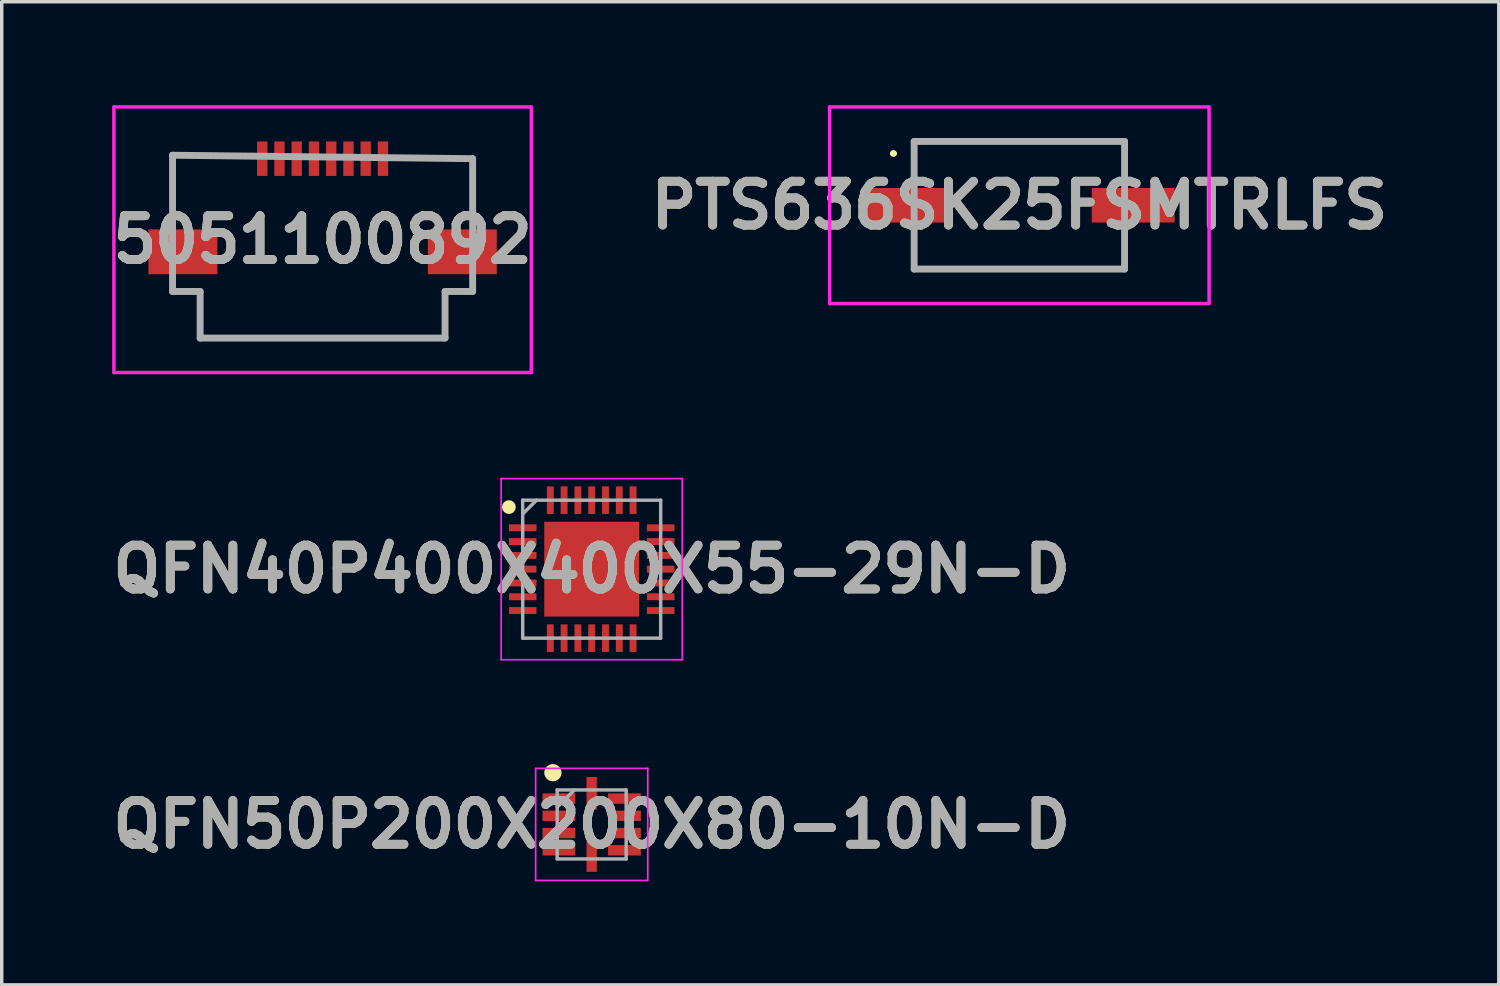
<source format=kicad_pcb>
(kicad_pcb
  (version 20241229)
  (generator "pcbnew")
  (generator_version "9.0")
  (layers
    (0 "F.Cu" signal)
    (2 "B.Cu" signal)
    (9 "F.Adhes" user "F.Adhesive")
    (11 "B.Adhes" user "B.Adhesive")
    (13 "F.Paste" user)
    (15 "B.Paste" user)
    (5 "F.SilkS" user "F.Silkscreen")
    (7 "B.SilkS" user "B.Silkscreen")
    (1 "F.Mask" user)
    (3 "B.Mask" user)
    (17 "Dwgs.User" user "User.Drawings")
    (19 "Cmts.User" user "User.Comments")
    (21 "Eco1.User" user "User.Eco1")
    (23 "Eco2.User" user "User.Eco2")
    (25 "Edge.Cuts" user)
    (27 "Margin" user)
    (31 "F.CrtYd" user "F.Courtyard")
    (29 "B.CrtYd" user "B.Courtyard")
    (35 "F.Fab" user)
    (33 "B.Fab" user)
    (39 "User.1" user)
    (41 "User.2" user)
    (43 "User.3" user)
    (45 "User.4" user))
  (footprint "5051100892"
    (layer "F.Cu")
    (at 6.302 4.1)
    (property "Reference" "5051100892" (at 0 -0.2 0) (layer "F.SilkS") (effects (font (size 1.27 1.27) (thickness 0.254))))
    (attr smd)
    (fp_line (start -4.35 -2.65) (end -4.35 -1.15) (stroke (width 0.1) (type solid)) (layer "F.SilkS"))
    (fp_line (start -4.35 1.3) (end -3.55 1.3) (stroke (width 0.1) (type solid)) (layer "F.SilkS"))
    (fp_line (start -3.55 1.3) (end -3.55 2.65) (stroke (width 0.1) (type solid)) (layer "F.SilkS"))
    (fp_line (start -3.55 2.65) (end 3.55 2.65) (stroke (width 0.1) (type solid)) (layer "F.SilkS"))
    (fp_line (start -2.5 -2.65) (end -4.35 -2.65) (stroke (width 0.1) (type solid)) (layer "F.SilkS"))
    (fp_line (start 2.5 -2.55) (end 4.35 -2.55) (stroke (width 0.1) (type solid)) (layer "F.SilkS"))
    (fp_line (start 3.55 1.3) (end 4.35 1.3) (stroke (width 0.1) (type solid)) (layer "F.SilkS"))
    (fp_line (start 3.55 2.65) (end 3.55 1.3) (stroke (width 0.1) (type solid)) (layer "F.SilkS"))
    (fp_line (start 4.35 -2.55) (end 4.35 -1.15) (stroke (width 0.1) (type solid)) (layer "F.SilkS"))
    (fp_line (start -6.05 -4.05) (end 6.05 -4.05) (stroke (width 0.1) (type solid)) (layer "F.CrtYd"))
    (fp_line (start -6.05 3.65) (end -6.05 -4.05) (stroke (width 0.1) (type solid)) (layer "F.CrtYd"))
    (fp_line (start 6.05 -4.05) (end 6.05 3.65) (stroke (width 0.1) (type solid)) (layer "F.CrtYd"))
    (fp_line (start 6.05 3.65) (end -6.05 3.65) (stroke (width 0.1) (type solid)) (layer "F.CrtYd"))
    (fp_line (start -4.35 -2.65) (end -4.35 1.3) (stroke (width 0.2) (type solid)) (layer "F.Fab"))
    (fp_line (start -4.35 1.3) (end -3.55 1.3) (stroke (width 0.2) (type solid)) (layer "F.Fab"))
    (fp_line (start -3.55 1.3) (end -3.55 2.65) (stroke (width 0.2) (type solid)) (layer "F.Fab"))
    (fp_line (start -3.55 2.65) (end 3.55 2.65) (stroke (width 0.2) (type solid)) (layer "F.Fab"))
    (fp_line (start 3.55 1.3) (end 4.35 1.3) (stroke (width 0.2) (type solid)) (layer "F.Fab"))
    (fp_line (start 3.55 2.65) (end 3.55 1.3) (stroke (width 0.2) (type solid)) (layer "F.Fab"))
    (fp_line (start 4.35 -2.55) (end -4.35 -2.65) (stroke (width 0.2) (type solid)) (layer "F.Fab"))
    (fp_line (start 4.35 1.3) (end 4.35 -2.55) (stroke (width 0.2) (type solid)) (layer "F.Fab"))
    (fp_text user "${REFERENCE}" (at 0 -0.2 0) (layer "F.Fab") (effects (font (size 1.27 1.27) (thickness 0.254))))
    (pad "1" smd rect (at -1.75 -2.55) (size 0.3 1) (layers "F.Cu" "F.Mask" "F.Paste"))
    (pad "2" smd rect (at -1.25 -2.55) (size 0.3 1) (layers "F.Cu" "F.Mask" "F.Paste"))
    (pad "3" smd rect (at -0.75 -2.55) (size 0.3 1) (layers "F.Cu" "F.Mask" "F.Paste"))
    (pad "4" smd rect (at -0.25 -2.55) (size 0.3 1) (layers "F.Cu" "F.Mask" "F.Paste"))
    (pad "5" smd rect (at 0.25 -2.55) (size 0.3 1) (layers "F.Cu" "F.Mask" "F.Paste"))
    (pad "6" smd rect (at 0.75 -2.55) (size 0.3 1) (layers "F.Cu" "F.Mask" "F.Paste"))
    (pad "7" smd rect (at 1.25 -2.55) (size 0.3 1) (layers "F.Cu" "F.Mask" "F.Paste"))
    (pad "8" smd rect (at 1.75 -2.55) (size 0.3 1) (layers "F.Cu" "F.Mask" "F.Paste"))
    (pad "MP1" smd rect (at -4.05 0.15 90) (size 1.3 2) (layers "F.Cu" "F.Mask" "F.Paste"))
    (pad "MP2" smd rect (at 4.05 0.15 90) (size 1.3 2) (layers "F.Cu" "F.Mask" "F.Paste")))
  (footprint "PTS636SK25FSMTRLFS"
    (layer "F.Cu")
    (at 26.501 2.9)
    (property "Reference" "PTS636SK25FSMTRLFS" (at 0 0 0) (layer "F.SilkS") (effects (font (size 1.27 1.27) (thickness 0.254))))
    (attr smd)
    (fp_line (start -3.7 -1.5) (end -3.7 -1.5) (stroke (width 0.1) (type solid)) (layer "F.SilkS"))
    (fp_line (start -3.6 -1.5) (end -3.6 -1.5) (stroke (width 0.1) (type solid)) (layer "F.SilkS"))
    (fp_line (start -3.05 -1.85) (end 3.05 -1.85) (stroke (width 0.1) (type solid)) (layer "F.SilkS"))
    (fp_line (start -3.05 -0.9) (end -3.05 -1.85) (stroke (width 0.1) (type solid)) (layer "F.SilkS"))
    (fp_line (start -3.05 0.9) (end -3.05 1.85) (stroke (width 0.1) (type solid)) (layer "F.SilkS"))
    (fp_line (start -3.05 1.85) (end 3.05 1.85) (stroke (width 0.1) (type solid)) (layer "F.SilkS"))
    (fp_line (start 3.05 -1.85) (end 3.05 -0.9) (stroke (width 0.1) (type solid)) (layer "F.SilkS"))
    (fp_line (start 3.05 1.85) (end 3.05 0.9) (stroke (width 0.1) (type solid)) (layer "F.SilkS"))
    (fp_arc (start -3.7 -1.5) (mid -3.65 -1.55) (end -3.6 -1.5) (stroke (width 0.1) (type solid)) (layer "F.SilkS"))
    (fp_arc (start -3.6 -1.5) (mid -3.65 -1.45) (end -3.7 -1.5) (stroke (width 0.1) (type solid)) (layer "F.SilkS"))
    (fp_line (start -5.5 -2.85) (end 5.5 -2.85) (stroke (width 0.1) (type solid)) (layer "F.CrtYd"))
    (fp_line (start -5.5 2.85) (end -5.5 -2.85) (stroke (width 0.1) (type solid)) (layer "F.CrtYd"))
    (fp_line (start 5.5 -2.85) (end 5.5 2.85) (stroke (width 0.1) (type solid)) (layer "F.CrtYd"))
    (fp_line (start 5.5 2.85) (end -5.5 2.85) (stroke (width 0.1) (type solid)) (layer "F.CrtYd"))
    (fp_line (start -3.05 -1.85) (end 3.05 -1.85) (stroke (width 0.2) (type solid)) (layer "F.Fab"))
    (fp_line (start -3.05 1.85) (end -3.05 -1.85) (stroke (width 0.2) (type solid)) (layer "F.Fab"))
    (fp_line (start 3.05 -1.85) (end 3.05 1.85) (stroke (width 0.2) (type solid)) (layer "F.Fab"))
    (fp_line (start 3.05 1.85) (end -3.05 1.85) (stroke (width 0.2) (type solid)) (layer "F.Fab"))
    (fp_text user "${REFERENCE}" (at 0 0 0) (layer "F.Fab") (effects (font (size 1.27 1.27) (thickness 0.254))))
    (pad "1" smd rect (at -3.3 0 90) (size 1 2.4) (layers "F.Cu" "F.Mask" "F.Paste"))
    (pad "2" smd rect (at 3.3 0 90) (size 1 2.4) (layers "F.Cu" "F.Mask" "F.Paste")))
  (footprint "QFN50P200X200X80-10N-D"
    (layer "F.Cu")
    (at 14.103 20.85)
    (property "Reference" "QFN50P200X200X80-10N-D" (at 0 0 0) (layer "F.SilkS") (effects (font (size 1.27 1.27) (thickness 0.254))))
    (attr smd)
    (fp_circle (center -1.125 -1.5) (end -1.125 -1.375) (stroke (width 0.25) (type solid)) (fill no) (layer "F.SilkS"))
    (fp_line (start -1.625 -1.625) (end 1.625 -1.625) (stroke (width 0.05) (type solid)) (layer "F.CrtYd"))
    (fp_line (start -1.625 1.625) (end -1.625 -1.625) (stroke (width 0.05) (type solid)) (layer "F.CrtYd"))
    (fp_line (start 1.625 -1.625) (end 1.625 1.625) (stroke (width 0.05) (type solid)) (layer "F.CrtYd"))
    (fp_line (start 1.625 1.625) (end -1.625 1.625) (stroke (width 0.05) (type solid)) (layer "F.CrtYd"))
    (fp_line (start -1 -1) (end 1 -1) (stroke (width 0.1) (type solid)) (layer "F.Fab"))
    (fp_line (start -1 -0.5) (end -0.5 -1) (stroke (width 0.1) (type solid)) (layer "F.Fab"))
    (fp_line (start -1 1) (end -1 -1) (stroke (width 0.1) (type solid)) (layer "F.Fab"))
    (fp_line (start 1 -1) (end 1 1) (stroke (width 0.1) (type solid)) (layer "F.Fab"))
    (fp_line (start 1 1) (end -1 1) (stroke (width 0.1) (type solid)) (layer "F.Fab"))
    (fp_text user "${REFERENCE}" (at 0 0 0) (layer "F.Fab") (effects (font (size 1.27 1.27) (thickness 0.254))))
    (pad "1" smd rect (at -0.95 -0.75 90) (size 0.3 0.95) (layers "F.Cu" "F.Mask" "F.Paste"))
    (pad "2" smd rect (at -0.95 -0.25 90) (size 0.3 0.95) (layers "F.Cu" "F.Mask" "F.Paste"))
    (pad "3" smd rect (at -0.95 0.25 90) (size 0.3 0.95) (layers "F.Cu" "F.Mask" "F.Paste"))
    (pad "4" smd rect (at -0.95 0.75 90) (size 0.3 0.95) (layers "F.Cu" "F.Mask" "F.Paste"))
    (pad "5" smd rect (at 0 0.9) (size 0.3 0.95) (layers "F.Cu" "F.Mask" "F.Paste"))
    (pad "6" smd rect (at 0.95 0.75 90) (size 0.3 0.95) (layers "F.Cu" "F.Mask" "F.Paste"))
    (pad "7" smd rect (at 0.95 0.25 90) (size 0.3 0.95) (layers "F.Cu" "F.Mask" "F.Paste"))
    (pad "8" smd rect (at 0.95 -0.25 90) (size 0.3 0.95) (layers "F.Cu" "F.Mask" "F.Paste"))
    (pad "9" smd rect (at 0.95 -0.75 90) (size 0.3 0.95) (layers "F.Cu" "F.Mask" "F.Paste"))
    (pad "10" smd rect (at 0 -0.9) (size 0.3 0.95) (layers "F.Cu" "F.Mask" "F.Paste")))
  (footprint "QFN40P400X400X55-29N-D"
    (layer "F.Cu")
    (at 14.103 13.45)
    (property "Reference" "QFN40P400X400X55-29N-D" (at 0 0 0) (layer "F.SilkS") (effects (font (size 1.27 1.27) (thickness 0.254))))
    (attr smd)
    (fp_circle (center -2.4 -1.8) (end -2.4 -1.7) (stroke (width 0.2) (type solid)) (fill no) (layer "F.SilkS"))
    (fp_line (start -2.625 -2.625) (end 2.625 -2.625) (stroke (width 0.05) (type solid)) (layer "F.CrtYd"))
    (fp_line (start -2.625 2.625) (end -2.625 -2.625) (stroke (width 0.05) (type solid)) (layer "F.CrtYd"))
    (fp_line (start 2.625 -2.625) (end 2.625 2.625) (stroke (width 0.05) (type solid)) (layer "F.CrtYd"))
    (fp_line (start 2.625 2.625) (end -2.625 2.625) (stroke (width 0.05) (type solid)) (layer "F.CrtYd"))
    (fp_line (start -2 -2) (end 2 -2) (stroke (width 0.1) (type solid)) (layer "F.Fab"))
    (fp_line (start -2 -1.6) (end -1.6 -2) (stroke (width 0.1) (type solid)) (layer "F.Fab"))
    (fp_line (start -2 2) (end -2 -2) (stroke (width 0.1) (type solid)) (layer "F.Fab"))
    (fp_line (start 2 -2) (end 2 2) (stroke (width 0.1) (type solid)) (layer "F.Fab"))
    (fp_line (start 2 2) (end -2 2) (stroke (width 0.1) (type solid)) (layer "F.Fab"))
    (fp_text user "${REFERENCE}" (at 0 0 0) (layer "F.Fab") (effects (font (size 1.27 1.27) (thickness 0.254))))
    (pad "1" smd rect (at -2 -1.2 90) (size 0.2 0.8) (layers "F.Cu" "F.Mask" "F.Paste"))
    (pad "2" smd rect (at -2 -0.8 90) (size 0.2 0.8) (layers "F.Cu" "F.Mask" "F.Paste"))
    (pad "3" smd rect (at -2 -0.4 90) (size 0.2 0.8) (layers "F.Cu" "F.Mask" "F.Paste"))
    (pad "4" smd rect (at -2 0 90) (size 0.2 0.8) (layers "F.Cu" "F.Mask" "F.Paste"))
    (pad "5" smd rect (at -2 0.4 90) (size 0.2 0.8) (layers "F.Cu" "F.Mask" "F.Paste"))
    (pad "6" smd rect (at -2 0.8 90) (size 0.2 0.8) (layers "F.Cu" "F.Mask" "F.Paste"))
    (pad "7" smd rect (at -2 1.2 90) (size 0.2 0.8) (layers "F.Cu" "F.Mask" "F.Paste"))
    (pad "8" smd rect (at -1.2 2) (size 0.2 0.8) (layers "F.Cu" "F.Mask" "F.Paste"))
    (pad "9" smd rect (at -0.8 2) (size 0.2 0.8) (layers "F.Cu" "F.Mask" "F.Paste"))
    (pad "10" smd rect (at -0.4 2) (size 0.2 0.8) (layers "F.Cu" "F.Mask" "F.Paste"))
    (pad "11" smd rect (at 0 2) (size 0.2 0.8) (layers "F.Cu" "F.Mask" "F.Paste"))
    (pad "12" smd rect (at 0.4 2) (size 0.2 0.8) (layers "F.Cu" "F.Mask" "F.Paste"))
    (pad "13" smd rect (at 0.8 2) (size 0.2 0.8) (layers "F.Cu" "F.Mask" "F.Paste"))
    (pad "14" smd rect (at 1.2 2) (size 0.2 0.8) (layers "F.Cu" "F.Mask" "F.Paste"))
    (pad "15" smd rect (at 2 1.2 90) (size 0.2 0.8) (layers "F.Cu" "F.Mask" "F.Paste"))
    (pad "16" smd rect (at 2 0.8 90) (size 0.2 0.8) (layers "F.Cu" "F.Mask" "F.Paste"))
    (pad "17" smd rect (at 2 0.4 90) (size 0.2 0.8) (layers "F.Cu" "F.Mask" "F.Paste"))
    (pad "18" smd rect (at 2 0 90) (size 0.2 0.8) (layers "F.Cu" "F.Mask" "F.Paste"))
    (pad "19" smd rect (at 2 -0.4 90) (size 0.2 0.8) (layers "F.Cu" "F.Mask" "F.Paste"))
    (pad "20" smd rect (at 2 -0.8 90) (size 0.2 0.8) (layers "F.Cu" "F.Mask" "F.Paste"))
    (pad "21" smd rect (at 2 -1.2 90) (size 0.2 0.8) (layers "F.Cu" "F.Mask" "F.Paste"))
    (pad "22" smd rect (at 1.2 -2) (size 0.2 0.8) (layers "F.Cu" "F.Mask" "F.Paste"))
    (pad "23" smd rect (at 0.8 -2) (size 0.2 0.8) (layers "F.Cu" "F.Mask" "F.Paste"))
    (pad "24" smd rect (at 0.4 -2) (size 0.2 0.8) (layers "F.Cu" "F.Mask" "F.Paste"))
    (pad "25" smd rect (at 0 -2) (size 0.2 0.8) (layers "F.Cu" "F.Mask" "F.Paste"))
    (pad "26" smd rect (at -0.4 -2) (size 0.2 0.8) (layers "F.Cu" "F.Mask" "F.Paste"))
    (pad "27" smd rect (at -0.8 -2) (size 0.2 0.8) (layers "F.Cu" "F.Mask" "F.Paste"))
    (pad "28" smd rect (at -1.2 -2) (size 0.2 0.8) (layers "F.Cu" "F.Mask" "F.Paste"))
    (pad "29" smd rect (at 0 0) (size 2.75 2.75) (layers "F.Cu" "F.Mask" "F.Paste")))
  (gr_rect
    (start -3 -3)
    (end 40.399 25.5)
    (stroke (width 0.1) (type default))
    (fill no)
    (layer "Edge.Cuts")))
</source>
